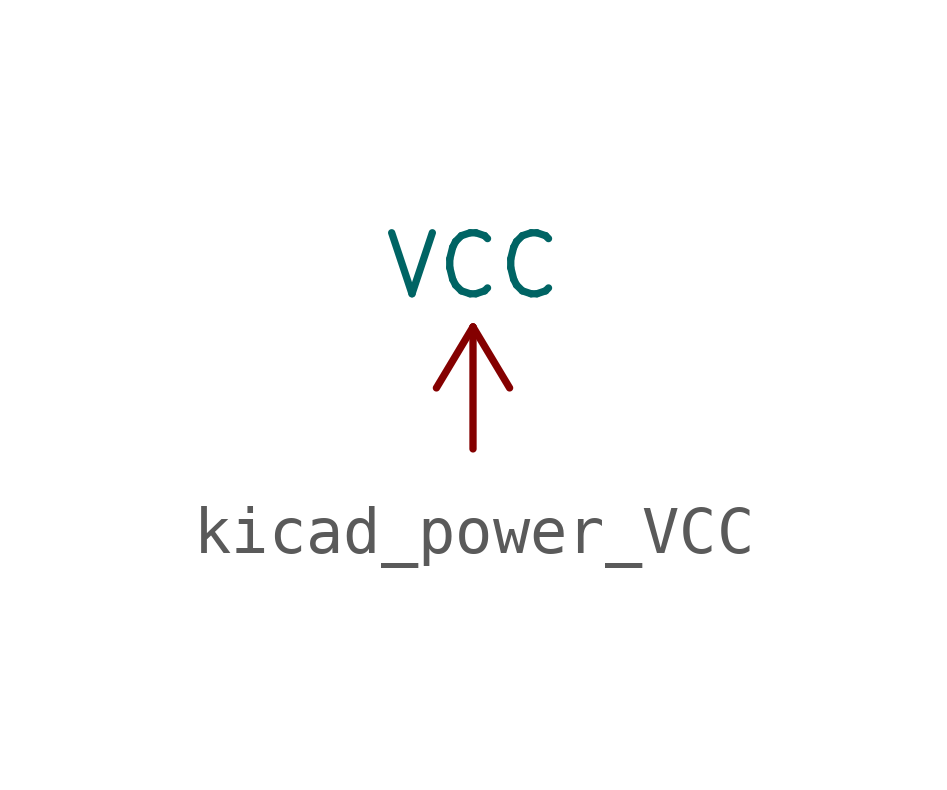
<source format=kicad_sym>
(kicad_symbol_lib
  (version 20220914)
  (generator kicad_symbol_editor)
  (symbol "kicad_power_VCC"
    (power)
    (pin_names
      (offset 0))
    (property "Reference" "#PWR"
      (at 0 -3.81 0)
      (effects (font (size 1.27 1.27)) hide))
    (property "Value" "VCC"
      (at 0 3.81 0)
      (effects (font (size 1.27 1.27))))
    (symbol "kicad_power_VCC_0_1"
      (polyline (pts (xy -0.762 1.27) (xy 0 2.54)) (stroke (width 0) (type default)) (fill (type none)))
      (polyline (pts (xy 0 0) (xy 0 2.54)) (stroke (width 0) (type default)) (fill (type none)))
      (polyline (pts (xy 0 2.54) (xy 0.762 1.27)) (stroke (width 0) (type default)) (fill (type none))))
    (symbol "kicad_power_VCC_1_1"
      (pin power_in line (at 0 0 90) (length 0) hide (name "VCC" (effects (font (size 1.27 1.27)))) (number "1" (effects (font (size 1.27 1.27))))))))
</source>
